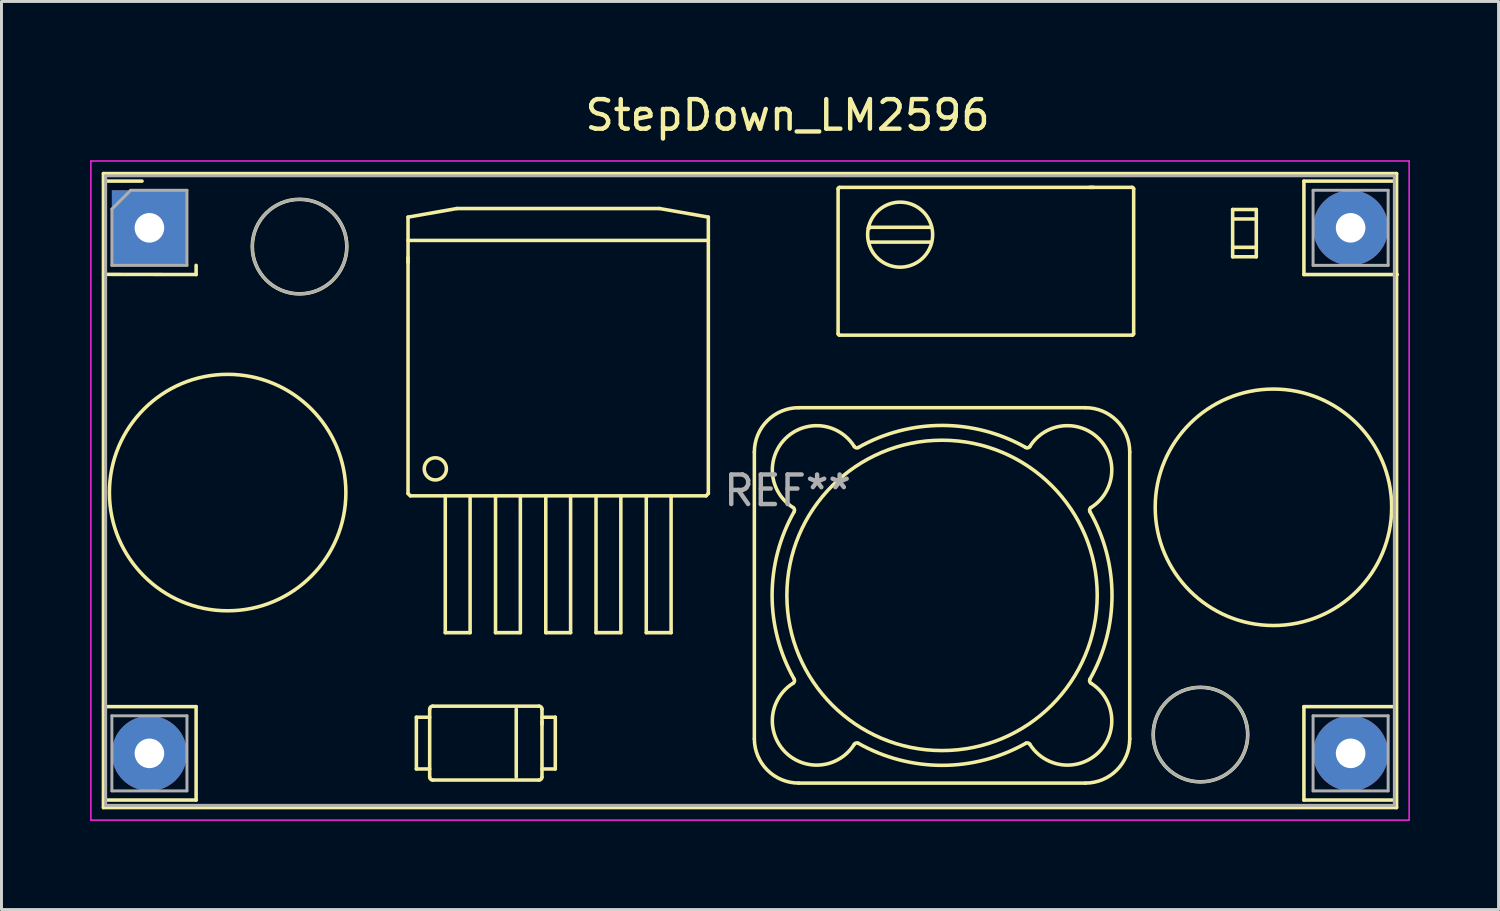
<source format=kicad_pcb>
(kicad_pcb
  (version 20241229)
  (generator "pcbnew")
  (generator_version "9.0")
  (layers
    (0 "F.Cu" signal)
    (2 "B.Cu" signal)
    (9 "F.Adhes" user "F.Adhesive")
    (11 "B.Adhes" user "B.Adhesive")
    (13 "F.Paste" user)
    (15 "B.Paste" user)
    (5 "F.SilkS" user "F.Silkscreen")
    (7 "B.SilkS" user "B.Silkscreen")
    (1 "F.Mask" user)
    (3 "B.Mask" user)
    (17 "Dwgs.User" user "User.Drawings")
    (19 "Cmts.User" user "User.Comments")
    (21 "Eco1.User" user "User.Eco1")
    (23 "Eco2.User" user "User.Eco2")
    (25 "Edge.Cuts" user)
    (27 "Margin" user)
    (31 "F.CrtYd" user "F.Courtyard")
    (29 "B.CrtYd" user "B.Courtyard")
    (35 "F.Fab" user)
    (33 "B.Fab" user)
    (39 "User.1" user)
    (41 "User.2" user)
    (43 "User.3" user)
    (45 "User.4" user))
  (footprint "StepDown_LM2596"
    (layer "F.Cu")
    (at 2.005 4.658)
    (property "Reference" "StepDown_LM2596" (at 21.59 -3.81 0) (layer "F.SilkS") (effects (font (size 1 1) (thickness 0.15))))
    (attr through_hole)
    (fp_line (start -1.555 -1.835) (end -1.555 19.615) (stroke (width 0.12) (type solid)) (layer "F.SilkS"))
    (fp_line (start -1.555 19.615) (end 42.195 19.615) (stroke (width 0.12) (type solid)) (layer "F.SilkS"))
    (fp_line (start -1.55 -1.58) (end -0.25 -1.58) (stroke (width 0.12) (type solid)) (layer "F.SilkS"))
    (fp_line (start -1.55 1.575) (end 1.58 1.58) (stroke (width 0.12) (type solid)) (layer "F.SilkS"))
    (fp_line (start -1.55 16.2) (end 1.58 16.2) (stroke (width 0.12) (type solid)) (layer "F.SilkS"))
    (fp_line (start -1.55 19.36) (end 1.58 19.36) (stroke (width 0.12) (type solid)) (layer "F.SilkS"))
    (fp_line (start 1.58 1.27) (end 1.58 1.58) (stroke (width 0.12) (type solid)) (layer "F.SilkS"))
    (fp_line (start 1.58 16.2) (end 1.58 19.36) (stroke (width 0.12) (type solid)) (layer "F.SilkS"))
    (fp_line (start 8.749 1.004) (end 8.749 1.166) (stroke (width 0.12) (type solid)) (layer "F.SilkS"))
    (fp_line (start 8.75 -0.362) (end 10.4 -0.653) (stroke (width 0.12) (type solid)) (layer "F.SilkS"))
    (fp_line (start 8.75 8.989) (end 8.75 -0.362) (stroke (width 0.12) (type solid)) (layer "F.SilkS"))
    (fp_line (start 8.75 8.989) (end 8.828 9.067) (stroke (width 0.12) (type solid)) (layer "F.SilkS"))
    (fp_line (start 8.828 9.067) (end 18.833 9.067) (stroke (width 0.12) (type solid)) (layer "F.SilkS"))
    (fp_line (start 9.032 16.558) (end 9.482 16.558) (stroke (width 0.12) (type solid)) (layer "F.SilkS"))
    (fp_line (start 9.032 18.308) (end 9.032 16.558) (stroke (width 0.12) (type solid)) (layer "F.SilkS"))
    (fp_line (start 9.482 18.308) (end 9.032 18.308) (stroke (width 0.12) (type solid)) (layer "F.SilkS"))
    (fp_line (start 9.482 18.583) (end 9.482 16.283) (stroke (width 0.12) (type solid)) (layer "F.SilkS"))
    (fp_line (start 9.582 16.183) (end 13.182 16.183) (stroke (width 0.12) (type solid)) (layer "F.SilkS"))
    (fp_line (start 10.01 13.697) (end 10.01 9.067) (stroke (width 0.12) (type solid)) (layer "F.SilkS"))
    (fp_line (start 10.01 13.697) (end 10.85 13.697) (stroke (width 0.12) (type solid)) (layer "F.SilkS"))
    (fp_line (start 10.4 -0.653) (end 17.26 -0.653) (stroke (width 0.12) (type solid)) (layer "F.SilkS"))
    (fp_line (start 10.85 13.697) (end 10.85 9.067) (stroke (width 0.12) (type solid)) (layer "F.SilkS"))
    (fp_line (start 11.71 13.697) (end 11.71 9.067) (stroke (width 0.12) (type solid)) (layer "F.SilkS"))
    (fp_line (start 11.71 13.697) (end 12.55 13.697) (stroke (width 0.12) (type solid)) (layer "F.SilkS"))
    (fp_line (start 12.411 16.283) (end 12.411 18.583) (stroke (width 0.12) (type solid)) (layer "F.SilkS"))
    (fp_line (start 12.55 13.697) (end 12.55 9.067) (stroke (width 0.12) (type solid)) (layer "F.SilkS"))
    (fp_line (start 13.182 18.683) (end 9.582 18.683) (stroke (width 0.12) (type solid)) (layer "F.SilkS"))
    (fp_line (start 13.282 16.283) (end 13.282 18.583) (stroke (width 0.12) (type solid)) (layer "F.SilkS"))
    (fp_line (start 13.282 16.558) (end 13.732 16.558) (stroke (width 0.12) (type solid)) (layer "F.SilkS"))
    (fp_line (start 13.283 16.795) (end 13.283 16.7) (stroke (width 0.12) (type solid)) (layer "F.SilkS"))
    (fp_line (start 13.41 13.697) (end 13.41 9.067) (stroke (width 0.12) (type solid)) (layer "F.SilkS"))
    (fp_line (start 13.41 13.697) (end 14.25 13.697) (stroke (width 0.12) (type solid)) (layer "F.SilkS"))
    (fp_line (start 13.732 16.558) (end 13.732 18.308) (stroke (width 0.12) (type solid)) (layer "F.SilkS"))
    (fp_line (start 13.732 18.308) (end 13.282 18.308) (stroke (width 0.12) (type solid)) (layer "F.SilkS"))
    (fp_line (start 14.25 13.697) (end 14.25 9.067) (stroke (width 0.12) (type solid)) (layer "F.SilkS"))
    (fp_line (start 15.11 13.697) (end 15.11 9.067) (stroke (width 0.12) (type solid)) (layer "F.SilkS"))
    (fp_line (start 15.11 13.697) (end 15.95 13.697) (stroke (width 0.12) (type solid)) (layer "F.SilkS"))
    (fp_line (start 15.95 13.697) (end 15.95 9.067) (stroke (width 0.12) (type solid)) (layer "F.SilkS"))
    (fp_line (start 16.81 13.697) (end 16.81 9.067) (stroke (width 0.12) (type solid)) (layer "F.SilkS"))
    (fp_line (start 16.81 13.697) (end 17.65 13.697) (stroke (width 0.12) (type solid)) (layer "F.SilkS"))
    (fp_line (start 17.26 -0.653) (end 18.91 -0.362) (stroke (width 0.12) (type solid)) (layer "F.SilkS"))
    (fp_line (start 17.65 13.697) (end 17.65 9.067) (stroke (width 0.12) (type solid)) (layer "F.SilkS"))
    (fp_line (start 18.833 9.067) (end 18.91 8.989) (stroke (width 0.12) (type solid)) (layer "F.SilkS"))
    (fp_line (start 18.91 0.427) (end 8.75 0.427) (stroke (width 0.12) (type solid)) (layer "F.SilkS"))
    (fp_line (start 18.91 8.989) (end 18.91 -0.362) (stroke (width 0.12) (type solid)) (layer "F.SilkS"))
    (fp_line (start 20.467 7.586) (end 20.467 17.286) (stroke (width 0.12) (type solid)) (layer "F.SilkS"))
    (fp_line (start 21.967 18.786) (end 31.667 18.786) (stroke (width 0.12) (type solid)) (layer "F.SilkS"))
    (fp_line (start 23.3 3.582) (end 23.3 -1.318) (stroke (width 0.12) (type solid)) (layer "F.SilkS"))
    (fp_line (start 23.35 -1.368) (end 33.25 -1.368) (stroke (width 0.12) (type solid)) (layer "F.SilkS"))
    (fp_line (start 24.336 -0.049) (end 24.361 -0.018) (stroke (width 0.12) (type solid)) (layer "F.SilkS"))
    (fp_line (start 24.349 0.007) (end 24.324 0.002) (stroke (width 0.12) (type solid)) (layer "F.SilkS"))
    (fp_line (start 24.349 0.007) (end 24.356 -0.024) (stroke (width 0.12) (type solid)) (layer "F.SilkS"))
    (fp_line (start 24.349 0.007) (end 24.361 -0.018) (stroke (width 0.12) (type solid)) (layer "F.SilkS"))
    (fp_line (start 24.361 0.482) (end 26.439 0.482) (stroke (width 0.12) (type solid)) (layer "F.SilkS"))
    (fp_line (start 26.439 -0.018) (end 24.361 -0.018) (stroke (width 0.12) (type solid)) (layer "F.SilkS"))
    (fp_line (start 31.667 6.086) (end 21.967 6.086) (stroke (width 0.12) (type solid)) (layer "F.SilkS"))
    (fp_line (start 31.859 -1.369) (end 31.814 -1.369) (stroke (width 0.12) (type solid)) (layer "F.SilkS"))
    (fp_line (start 31.942 -1.369) (end 31.908 -1.369) (stroke (width 0.12) (type solid)) (layer "F.SilkS"))
    (fp_line (start 33.167 17.286) (end 33.167 7.586) (stroke (width 0.12) (type solid)) (layer "F.SilkS"))
    (fp_line (start 33.25 3.632) (end 23.35 3.632) (stroke (width 0.12) (type solid)) (layer "F.SilkS"))
    (fp_line (start 33.3 -1.318) (end 33.3 3.582) (stroke (width 0.12) (type solid)) (layer "F.SilkS"))
    (fp_line (start 36.649 -0.3) (end 37.449 -0.3) (stroke (width 0.12) (type solid)) (layer "F.SilkS"))
    (fp_line (start 36.649 0.98) (end 36.649 -0.62) (stroke (width 0.12) (type solid)) (layer "F.SilkS"))
    (fp_line (start 37.449 -0.62) (end 36.649 -0.62) (stroke (width 0.12) (type solid)) (layer "F.SilkS"))
    (fp_line (start 37.449 -0.62) (end 37.449 0.98) (stroke (width 0.12) (type solid)) (layer "F.SilkS"))
    (fp_line (start 37.449 0.66) (end 36.649 0.66) (stroke (width 0.12) (type solid)) (layer "F.SilkS"))
    (fp_line (start 37.449 0.98) (end 36.649 0.98) (stroke (width 0.12) (type solid)) (layer "F.SilkS"))
    (fp_line (start 39.06 -1.58) (end 42.175 -1.58) (stroke (width 0.12) (type solid)) (layer "F.SilkS"))
    (fp_line (start 39.06 1.58) (end 39.06 -1.58) (stroke (width 0.12) (type solid)) (layer "F.SilkS"))
    (fp_line (start 39.06 1.58) (end 42.22 1.58) (stroke (width 0.12) (type solid)) (layer "F.SilkS"))
    (fp_line (start 39.06 16.2) (end 42.175 16.2) (stroke (width 0.12) (type solid)) (layer "F.SilkS"))
    (fp_line (start 39.06 19.36) (end 39.06 16.2) (stroke (width 0.12) (type solid)) (layer "F.SilkS"))
    (fp_line (start 39.06 19.36) (end 42.175 19.36) (stroke (width 0.12) (type solid)) (layer "F.SilkS"))
    (fp_line (start 42.195 -1.835) (end -1.555 -1.835) (stroke (width 0.12) (type solid)) (layer "F.SilkS"))
    (fp_line (start 42.195 19.615) (end 42.195 -1.835) (stroke (width 0.12) (type solid)) (layer "F.SilkS"))
    (fp_arc (start 9.481636 16.283217) (mid 9.510925 16.212506) (end 9.581636 16.183217) (stroke (width 0.12) (type solid)) (layer "F.SilkS"))
    (fp_arc (start 9.581636 18.683217) (mid 9.510925 18.653928) (end 9.481636 18.583217) (stroke (width 0.12) (type solid)) (layer "F.SilkS"))
    (fp_arc (start 13.181636 16.183217) (mid 13.252347 16.212506) (end 13.281636 16.283217) (stroke (width 0.12) (type solid)) (layer "F.SilkS"))
    (fp_arc (start 13.281636 18.583217) (mid 13.252347 18.653928) (end 13.181636 18.683217) (stroke (width 0.12) (type solid)) (layer "F.SilkS"))
    (fp_arc (start 20.467397 7.585796) (mid 20.906737 6.525136) (end 21.967397 6.085796) (stroke (width 0.12) (type solid)) (layer "F.SilkS"))
    (fp_arc (start 21.781131 9.46601) (mid 21.825145 9.526245) (end 21.815218 9.600183) (stroke (width 0.12) (type solid)) (layer "F.SilkS"))
    (fp_arc (start 21.781132 9.466011) (mid 21.514096 7.132496) (end 23.847611 7.399531) (stroke (width 0.12) (type solid)) (layer "F.SilkS"))
    (fp_arc (start 21.815217 15.271409) (mid 21.825145 15.345347) (end 21.781132 15.405582) (stroke (width 0.12) (type solid)) (layer "F.SilkS"))
    (fp_arc (start 21.815218 15.27141) (mid 21.067397 12.435796) (end 21.815218 9.600183) (stroke (width 0.12) (type solid)) (layer "F.SilkS"))
    (fp_arc (start 21.967397 18.785796) (mid 20.906737 18.346456) (end 20.467397 17.285796) (stroke (width 0.12) (type solid)) (layer "F.SilkS"))
    (fp_arc (start 23.299783 -1.317705) (mid 23.314428 -1.35306) (end 23.349783 -1.367705) (stroke (width 0.12) (type solid)) (layer "F.SilkS"))
    (fp_arc (start 23.349783 3.632294) (mid 23.314428 3.617649) (end 23.299783 3.582294) (stroke (width 0.12) (type solid)) (layer "F.SilkS"))
    (fp_arc (start 23.847611 17.472062) (mid 21.514095 17.739097) (end 21.781132 15.405582) (stroke (width 0.12) (type solid)) (layer "F.SilkS"))
    (fp_arc (start 23.847611 17.472062) (mid 23.907845 17.428049) (end 23.981783 17.437976) (stroke (width 0.12) (type solid)) (layer "F.SilkS"))
    (fp_arc (start 23.981783 7.433617) (mid 23.907845 7.443544) (end 23.847611 7.399531) (stroke (width 0.12) (type solid)) (layer "F.SilkS"))
    (fp_arc (start 23.981784 7.433617) (mid 26.817397 6.685796) (end 29.653011 7.433617) (stroke (width 0.12) (type solid)) (layer "F.SilkS"))
    (fp_arc (start 24.324148 0.462527) (mid 26.469605 -0.023594) (end 24.336385 0.51369) (stroke (width 0.12) (type solid)) (layer "F.SilkS"))
    (fp_arc (start 29.653011 17.437976) (mid 26.817397 18.185797) (end 23.981783 17.437976) (stroke (width 0.12) (type solid)) (layer "F.SilkS"))
    (fp_arc (start 29.653011 17.437976) (mid 29.726949 17.428049) (end 29.787183 17.472062) (stroke (width 0.12) (type solid)) (layer "F.SilkS"))
    (fp_arc (start 29.787183 7.399531) (mid 29.726949 7.443544) (end 29.653011 7.433617) (stroke (width 0.12) (type solid)) (layer "F.SilkS"))
    (fp_arc (start 29.787183 7.399531) (mid 32.120699 7.132496) (end 31.853662 9.466011) (stroke (width 0.12) (type solid)) (layer "F.SilkS"))
    (fp_arc (start 31.667397 6.085796) (mid 32.728057 6.525136) (end 33.167397 7.585796) (stroke (width 0.12) (type solid)) (layer "F.SilkS"))
    (fp_arc (start 31.819576 9.600183) (mid 32.567397 12.435796) (end 31.819576 15.27141) (stroke (width 0.12) (type solid)) (layer "F.SilkS"))
    (fp_arc (start 31.819577 9.600184) (mid 31.809649 9.526246) (end 31.853662 9.466011) (stroke (width 0.12) (type solid)) (layer "F.SilkS"))
    (fp_arc (start 31.853662 15.405582) (mid 32.120698 17.739097) (end 29.787183 17.472062) (stroke (width 0.12) (type solid)) (layer "F.SilkS"))
    (fp_arc (start 31.853663 15.405583) (mid 31.809649 15.345348) (end 31.819576 15.27141) (stroke (width 0.12) (type solid)) (layer "F.SilkS"))
    (fp_arc (start 33.167397 17.285796) (mid 32.728057 18.346456) (end 31.667397 18.785796) (stroke (width 0.12) (type solid)) (layer "F.SilkS"))
    (fp_arc (start 33.249783 -1.367705) (mid 33.285138 -1.35306) (end 33.299783 -1.317705) (stroke (width 0.12) (type solid)) (layer "F.SilkS"))
    (fp_arc (start 33.299783 3.582294) (mid 33.285138 3.617649) (end 33.249783 3.632294) (stroke (width 0.12) (type solid)) (layer "F.SilkS"))
    (fp_circle (center 2.647 8.957) (end 6.647 8.957) (stroke (width 0.12) (type solid)) (fill no) (layer "F.SilkS"))
    (fp_circle (center 5.08 0.635) (end 6.679 0.635) (stroke (width 0.12) (type solid)) (fill no) (layer "F.SilkS"))
    (fp_circle (center 9.673 8.155) (end 10.048 8.155) (stroke (width 0.12) (type solid)) (fill no) (layer "F.SilkS"))
    (fp_circle (center 26.817 12.436) (end 32.067 12.436) (stroke (width 0.12) (type solid)) (fill no) (layer "F.SilkS"))
    (fp_circle (center 35.56 17.145) (end 37.159 17.145) (stroke (width 0.12) (type solid)) (fill no) (layer "F.SilkS"))
    (fp_circle (center 38.029 9.455) (end 42.029 9.455) (stroke (width 0.12) (type solid)) (fill no) (layer "F.SilkS"))
    (fp_line (start -1.98 -2.26) (end 42.62 -2.26) (stroke (width 0.05) (type solid)) (layer "F.CrtYd"))
    (fp_line (start -1.98 20.04) (end -1.98 -2.26) (stroke (width 0.05) (type solid)) (layer "F.CrtYd"))
    (fp_line (start 42.62 -2.26) (end 42.62 20.04) (stroke (width 0.05) (type solid)) (layer "F.CrtYd"))
    (fp_line (start 42.62 20.04) (end -1.98 20.04) (stroke (width 0.05) (type solid)) (layer "F.CrtYd"))
    (fp_line (start -1.48 -1.76) (end -1.48 19.54) (stroke (width 0.1) (type solid)) (layer "F.Fab"))
    (fp_line (start -1.48 19.54) (end 42.12 19.54) (stroke (width 0.1) (type solid)) (layer "F.Fab"))
    (fp_line (start -1.27 -0.635) (end -0.635 -1.27) (stroke (width 0.1) (type solid)) (layer "F.Fab"))
    (fp_line (start -1.27 1.27) (end -1.27 -0.635) (stroke (width 0.1) (type solid)) (layer "F.Fab"))
    (fp_line (start -1.27 16.51) (end 1.27 16.51) (stroke (width 0.1) (type solid)) (layer "F.Fab"))
    (fp_line (start -1.27 19.05) (end -1.27 16.51) (stroke (width 0.1) (type solid)) (layer "F.Fab"))
    (fp_line (start -0.635 -1.27) (end 1.27 -1.27) (stroke (width 0.1) (type solid)) (layer "F.Fab"))
    (fp_line (start 1.27 -1.27) (end 1.27 1.27) (stroke (width 0.1) (type solid)) (layer "F.Fab"))
    (fp_line (start 1.27 1.27) (end -1.27 1.27) (stroke (width 0.1) (type solid)) (layer "F.Fab"))
    (fp_line (start 1.27 16.51) (end 1.27 19.05) (stroke (width 0.1) (type solid)) (layer "F.Fab"))
    (fp_line (start 1.27 19.05) (end -1.27 19.05) (stroke (width 0.1) (type solid)) (layer "F.Fab"))
    (fp_line (start 39.37 -1.27) (end 41.91 -1.27) (stroke (width 0.1) (type solid)) (layer "F.Fab"))
    (fp_line (start 39.37 1.27) (end 39.37 -1.27) (stroke (width 0.1) (type solid)) (layer "F.Fab"))
    (fp_line (start 39.37 16.51) (end 41.91 16.51) (stroke (width 0.1) (type solid)) (layer "F.Fab"))
    (fp_line (start 39.37 19.05) (end 39.37 16.51) (stroke (width 0.1) (type solid)) (layer "F.Fab"))
    (fp_line (start 41.91 -1.27) (end 41.91 1.27) (stroke (width 0.1) (type solid)) (layer "F.Fab"))
    (fp_line (start 41.91 1.27) (end 39.37 1.27) (stroke (width 0.1) (type solid)) (layer "F.Fab"))
    (fp_line (start 41.91 16.51) (end 41.91 19.05) (stroke (width 0.1) (type solid)) (layer "F.Fab"))
    (fp_line (start 41.91 19.05) (end 39.37 19.05) (stroke (width 0.1) (type solid)) (layer "F.Fab"))
    (fp_line (start 42.12 -1.76) (end -1.48 -1.76) (stroke (width 0.1) (type solid)) (layer "F.Fab"))
    (fp_line (start 42.12 19.54) (end 42.12 -1.76) (stroke (width 0.1) (type solid)) (layer "F.Fab"))
    (fp_circle (center 5.08 0.635) (end 6.679 0.635) (stroke (width 0.1) (type solid)) (fill no) (layer "F.Fab"))
    (fp_circle (center 35.56 17.145) (end 37.159 17.145) (stroke (width 0.1) (type solid)) (fill no) (layer "F.Fab"))
    (fp_text user "REF**" (at 21.59 8.89 0) (layer "F.Fab") (effects (font (size 1 1) (thickness 0.15))))
    (pad "1" thru_hole rect (at 0 0) (size 2.54 2.54) (drill 1) (layers "*.Cu" "*.Mask"))
    (pad "2" thru_hole circle (at 0 17.78) (size 2.54 2.54) (drill 1) (layers "*.Cu" "*.Mask"))
    (pad "3" thru_hole circle (at 40.64 17.78) (size 2.54 2.54) (drill 1) (layers "*.Cu" "*.Mask"))
    (pad "4" thru_hole circle (at 40.64 0) (size 2.54 2.54) (drill 1) (layers "*.Cu" "*.Mask")))
  (gr_rect
    (start -3 -3)
    (end 47.65 27.723)
    (stroke (width 0.1) (type default))
    (fill no)
    (layer "Edge.Cuts")))
</source>
